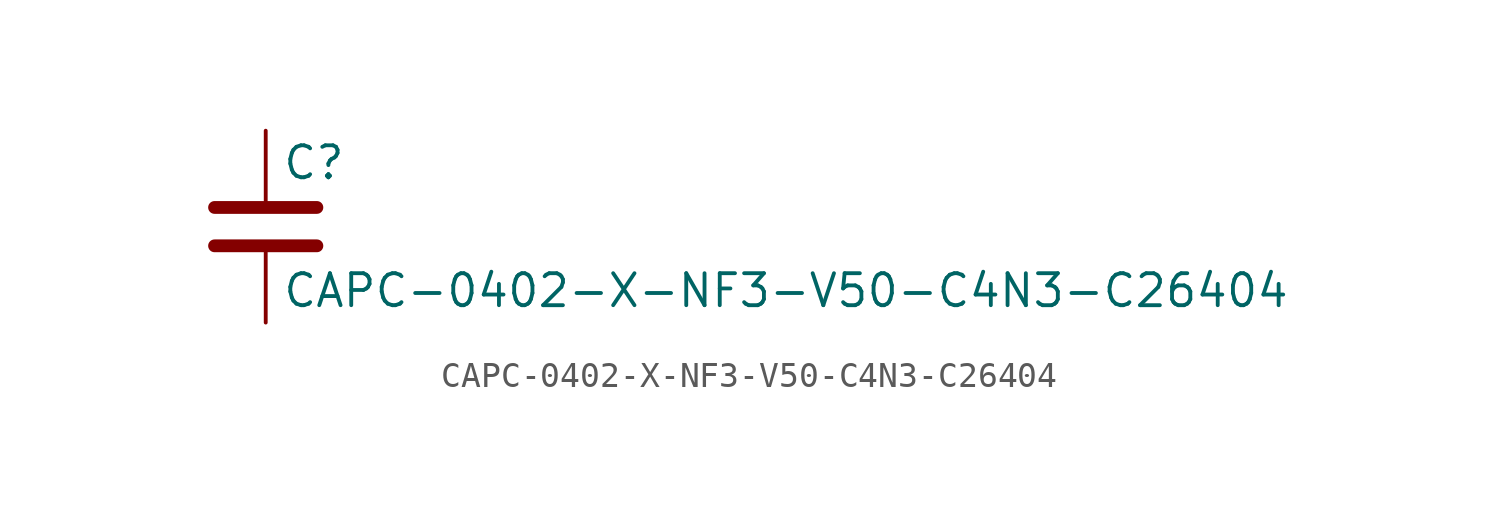
<source format=kicad_sym>
(kicad_symbol_lib
  (version 20211014)
  (generator kicad_symbol_editor)
  (symbol "CAPC-0402-X-NF3-V50-C4N3-C26404"
    (pin_numbers hide)
    (pin_names
      (offset 0.254))
    (property "Reference" "C"
      (at 0.635 2.54 0)
      (effects (font (size 1.27 1.27)) (justify left)))
    (property "Value" "CAPC-0402-X-NF3-V50-C4N3-C26404"
      (at 0.635 -2.54 0)
      (effects (font (size 1.27 1.27)) (justify left)))
    (symbol "CAPC-0402-X-NF3-V50-C4N3-C26404_0_1"
      (polyline (pts (xy -2.032 -0.762) (xy 2.032 -0.762)) (stroke (width 0.508) (type default) (color 0 0 0 0)) (fill (type none)))
      (polyline (pts (xy -2.032 0.762) (xy 2.032 0.762)) (stroke (width 0.508) (type default) (color 0 0 0 0)) (fill (type none))))
    (symbol "CAPC-0402-X-NF3-V50-C4N3-C26404_1_1"
      (pin passive line (at 0 3.81 270) (length 2.794) (name "~" (effects (font (size 1.27 1.27)))) (number "1" (effects (font (size 1.27 1.27)))))
      (pin passive line (at 0 -3.81 90) (length 2.794) (name "~" (effects (font (size 1.27 1.27)))) (number "2" (effects (font (size 1.27 1.27))))))))
</source>
